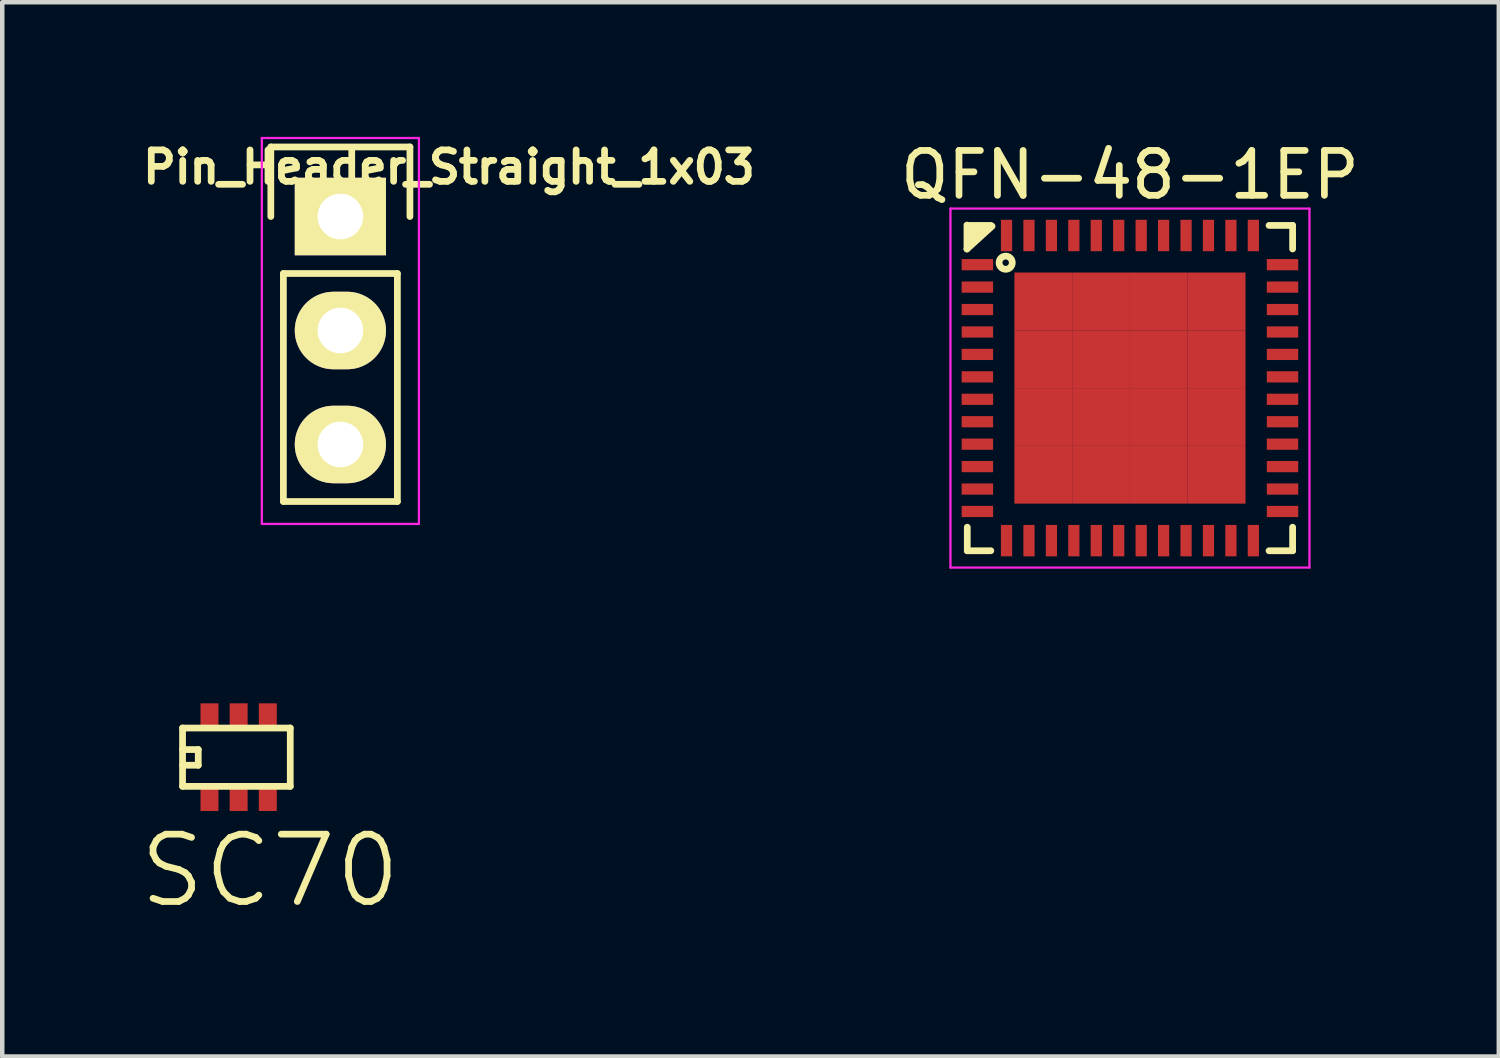
<source format=kicad_pcb>
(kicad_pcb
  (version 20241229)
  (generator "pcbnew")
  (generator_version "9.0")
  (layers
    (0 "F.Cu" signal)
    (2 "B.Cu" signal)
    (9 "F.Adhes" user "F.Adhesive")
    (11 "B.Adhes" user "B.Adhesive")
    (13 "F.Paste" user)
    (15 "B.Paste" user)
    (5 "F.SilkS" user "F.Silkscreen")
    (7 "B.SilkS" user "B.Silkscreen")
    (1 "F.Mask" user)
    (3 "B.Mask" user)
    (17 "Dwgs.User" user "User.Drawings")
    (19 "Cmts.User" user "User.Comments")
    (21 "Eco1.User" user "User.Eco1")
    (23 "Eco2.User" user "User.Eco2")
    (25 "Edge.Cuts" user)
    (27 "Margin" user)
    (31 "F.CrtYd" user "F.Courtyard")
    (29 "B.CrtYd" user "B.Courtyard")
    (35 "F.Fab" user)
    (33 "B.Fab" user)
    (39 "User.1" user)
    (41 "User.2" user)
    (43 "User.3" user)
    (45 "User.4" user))
  (footprint "Pin_Header_Straight_1x03"
    (layer "F.Cu")
    (at 4.535 1.775)
    (property "Reference" "Pin_Header_Straight_1x03" (at 2.42 -1.1 0) (layer "F.SilkS") (effects (font (size 0.7 0.7) (thickness 0.15))))
    (attr through_hole)
    (fp_line (start -1.55 -1.55) (end 1.55 -1.55) (stroke (width 0.15) (type solid)) (layer "F.SilkS"))
    (fp_line (start -1.55 0) (end -1.55 -1.55) (stroke (width 0.15) (type solid)) (layer "F.SilkS"))
    (fp_line (start -1.27 1.27) (end -1.27 6.35) (stroke (width 0.15) (type solid)) (layer "F.SilkS"))
    (fp_line (start -1.27 6.35) (end 1.27 6.35) (stroke (width 0.15) (type solid)) (layer "F.SilkS"))
    (fp_line (start 1.27 1.27) (end -1.27 1.27) (stroke (width 0.15) (type solid)) (layer "F.SilkS"))
    (fp_line (start 1.27 6.35) (end 1.27 1.27) (stroke (width 0.15) (type solid)) (layer "F.SilkS"))
    (fp_line (start 1.55 -1.55) (end 1.55 0) (stroke (width 0.15) (type solid)) (layer "F.SilkS"))
    (fp_line (start -1.75 -1.75) (end -1.75 6.85) (stroke (width 0.05) (type solid)) (layer "F.CrtYd"))
    (fp_line (start -1.75 -1.75) (end 1.75 -1.75) (stroke (width 0.05) (type solid)) (layer "F.CrtYd"))
    (fp_line (start -1.75 6.85) (end 1.75 6.85) (stroke (width 0.05) (type solid)) (layer "F.CrtYd"))
    (fp_line (start 1.75 -1.75) (end 1.75 6.85) (stroke (width 0.05) (type solid)) (layer "F.CrtYd"))
    (pad "1" thru_hole rect (at 0 0) (size 2.032 1.727) (drill 1.016) (layers "*.Cu" "*.Mask" "F.SilkS"))
    (pad "2" thru_hole oval (at 0 2.54) (size 2.032 1.727) (drill 1.016) (layers "*.Cu" "*.Mask" "F.SilkS"))
    (pad "3" thru_hole oval (at 0 5.08) (size 2.032 1.727) (drill 1.016) (layers "*.Cu" "*.Mask" "F.SilkS")))
  (footprint "SC70"
    (layer "F.Cu")
    (at 2.268 13.853)
    (property "Reference" "SC70" (at 0.7 2.5 0) (layer "F.SilkS") (effects (font (size 1.5 1.5) (thickness 0.15))))
    (attr through_hole)
    (fp_line (start -1.25 -0.68) (end 1.15 -0.68) (stroke (width 0.15) (type solid)) (layer "F.SilkS"))
    (fp_line (start -1.25 0.15) (end -0.9 0.15) (stroke (width 0.15) (type solid)) (layer "F.SilkS"))
    (fp_line (start -1.25 0.62) (end -1.25 -0.68) (stroke (width 0.15) (type solid)) (layer "F.SilkS"))
    (fp_line (start -0.9 -0.2) (end -1.25 -0.2) (stroke (width 0.15) (type solid)) (layer "F.SilkS"))
    (fp_line (start -0.9 0.15) (end -0.9 -0.2) (stroke (width 0.15) (type solid)) (layer "F.SilkS"))
    (fp_line (start 1.15 -0.68) (end 1.15 0.62) (stroke (width 0.15) (type solid)) (layer "F.SilkS"))
    (fp_line (start 1.15 0.62) (end -1.25 0.62) (stroke (width 0.15) (type solid)) (layer "F.SilkS"))
    (pad "1" smd rect (at -0.65 0.92) (size 0.4 0.5) (layers "F.Cu" "F.Mask" "F.Paste"))
    (pad "2" smd rect (at 0 0.92) (size 0.4 0.5) (layers "F.Cu" "F.Mask" "F.Paste"))
    (pad "3" smd rect (at 0.65 0.92) (size 0.4 0.5) (layers "F.Cu" "F.Mask" "F.Paste"))
    (pad "4" smd rect (at 0.65 -0.98) (size 0.4 0.5) (layers "F.Cu" "F.Mask" "F.Paste"))
    (pad "5" smd rect (at 0 -0.98) (size 0.4 0.5) (layers "F.Cu" "F.Mask" "F.Paste"))
    (pad "6" smd rect (at -0.65 -0.98) (size 0.4 0.5) (layers "F.Cu" "F.Mask" "F.Paste")))
  (footprint "QFN-48-1EP"
    (layer "F.Cu")
    (at 22.13 5.598)
    (property "Reference" "QFN-48-1EP" (at 0 -4.75 0) (layer "F.SilkS") (effects (font (size 1 1) (thickness 0.15))))
    (attr smd)
    (fp_line (start -3.632 -3.632) (end -3.632 -3.099) (stroke (width 0.15) (type solid)) (layer "F.SilkS"))
    (fp_line (start -3.625 -3.625) (end -3.1 -3.625) (stroke (width 0.15) (type solid)) (layer "F.SilkS"))
    (fp_line (start -3.625 3.625) (end -3.625 3.1) (stroke (width 0.15) (type solid)) (layer "F.SilkS"))
    (fp_line (start -3.625 3.625) (end -3.1 3.625) (stroke (width 0.15) (type solid)) (layer "F.SilkS"))
    (fp_line (start -3.404 -3.581) (end -3.556 -3.48) (stroke (width 0.15) (type solid)) (layer "F.SilkS"))
    (fp_line (start -3.251 -3.581) (end -3.556 -3.327) (stroke (width 0.15) (type solid)) (layer "F.SilkS"))
    (fp_line (start -3.073 -3.607) (end -3.632 -3.099) (stroke (width 0.15) (type solid)) (layer "F.SilkS"))
    (fp_line (start 3.625 -3.625) (end 3.1 -3.625) (stroke (width 0.15) (type solid)) (layer "F.SilkS"))
    (fp_line (start 3.625 -3.625) (end 3.625 -3.1) (stroke (width 0.15) (type solid)) (layer "F.SilkS"))
    (fp_line (start 3.625 3.625) (end 3.1 3.625) (stroke (width 0.15) (type solid)) (layer "F.SilkS"))
    (fp_line (start 3.625 3.625) (end 3.625 3.1) (stroke (width 0.15) (type solid)) (layer "F.SilkS"))
    (fp_circle (center -2.769 -2.794) (end -2.718 -2.743) (stroke (width 0.15) (type solid)) (fill no) (layer "F.SilkS"))
    (fp_line (start -4 -4) (end -4 4) (stroke (width 0.05) (type solid)) (layer "F.CrtYd"))
    (fp_line (start -4 -4) (end 4 -4) (stroke (width 0.05) (type solid)) (layer "F.CrtYd"))
    (fp_line (start -4 4) (end 4 4) (stroke (width 0.05) (type solid)) (layer "F.CrtYd"))
    (fp_line (start 4 -4) (end 4 4) (stroke (width 0.05) (type solid)) (layer "F.CrtYd"))
    (pad "1" smd rect (at -3.4 -2.75) (size 0.7 0.25) (layers "F.Cu" "F.Mask" "F.Paste"))
    (pad "2" smd rect (at -3.4 -2.25) (size 0.7 0.25) (layers "F.Cu" "F.Mask" "F.Paste"))
    (pad "3" smd rect (at -3.4 -1.75) (size 0.7 0.25) (layers "F.Cu" "F.Mask" "F.Paste"))
    (pad "4" smd rect (at -3.4 -1.25) (size 0.7 0.25) (layers "F.Cu" "F.Mask" "F.Paste"))
    (pad "5" smd rect (at -3.4 -0.75) (size 0.7 0.25) (layers "F.Cu" "F.Mask" "F.Paste"))
    (pad "6" smd rect (at -3.4 -0.25) (size 0.7 0.25) (layers "F.Cu" "F.Mask" "F.Paste"))
    (pad "7" smd rect (at -3.4 0.25) (size 0.7 0.25) (layers "F.Cu" "F.Mask" "F.Paste"))
    (pad "8" smd rect (at -3.4 0.75) (size 0.7 0.25) (layers "F.Cu" "F.Mask" "F.Paste"))
    (pad "9" smd rect (at -3.4 1.25) (size 0.7 0.25) (layers "F.Cu" "F.Mask" "F.Paste"))
    (pad "10" smd rect (at -3.4 1.75) (size 0.7 0.25) (layers "F.Cu" "F.Mask" "F.Paste"))
    (pad "11" smd rect (at -3.4 2.25) (size 0.7 0.25) (layers "F.Cu" "F.Mask" "F.Paste"))
    (pad "12" smd rect (at -3.4 2.75) (size 0.7 0.25) (layers "F.Cu" "F.Mask" "F.Paste"))
    (pad "13" smd rect (at -2.75 3.4 90) (size 0.7 0.25) (layers "F.Cu" "F.Mask" "F.Paste"))
    (pad "14" smd rect (at -2.25 3.4 90) (size 0.7 0.25) (layers "F.Cu" "F.Mask" "F.Paste"))
    (pad "15" smd rect (at -1.75 3.4 90) (size 0.7 0.25) (layers "F.Cu" "F.Mask" "F.Paste"))
    (pad "16" smd rect (at -1.25 3.4 90) (size 0.7 0.25) (layers "F.Cu" "F.Mask" "F.Paste"))
    (pad "17" smd rect (at -0.75 3.4 90) (size 0.7 0.25) (layers "F.Cu" "F.Mask" "F.Paste"))
    (pad "18" smd rect (at -0.25 3.4 90) (size 0.7 0.25) (layers "F.Cu" "F.Mask" "F.Paste"))
    (pad "19" smd rect (at 0.25 3.4 90) (size 0.7 0.25) (layers "F.Cu" "F.Mask" "F.Paste"))
    (pad "20" smd rect (at 0.75 3.4 90) (size 0.7 0.25) (layers "F.Cu" "F.Mask" "F.Paste"))
    (pad "21" smd rect (at 1.25 3.4 90) (size 0.7 0.25) (layers "F.Cu" "F.Mask" "F.Paste"))
    (pad "22" smd rect (at 1.75 3.4 90) (size 0.7 0.25) (layers "F.Cu" "F.Mask" "F.Paste"))
    (pad "23" smd rect (at 2.25 3.4 90) (size 0.7 0.25) (layers "F.Cu" "F.Mask" "F.Paste"))
    (pad "24" smd rect (at 2.75 3.4 90) (size 0.7 0.25) (layers "F.Cu" "F.Mask" "F.Paste"))
    (pad "25" smd rect (at 3.4 2.75) (size 0.7 0.25) (layers "F.Cu" "F.Mask" "F.Paste"))
    (pad "26" smd rect (at 3.4 2.25) (size 0.7 0.25) (layers "F.Cu" "F.Mask" "F.Paste"))
    (pad "27" smd rect (at 3.4 1.75) (size 0.7 0.25) (layers "F.Cu" "F.Mask" "F.Paste"))
    (pad "28" smd rect (at 3.4 1.25) (size 0.7 0.25) (layers "F.Cu" "F.Mask" "F.Paste"))
    (pad "29" smd rect (at 3.4 0.75) (size 0.7 0.25) (layers "F.Cu" "F.Mask" "F.Paste"))
    (pad "30" smd rect (at 3.4 0.25) (size 0.7 0.25) (layers "F.Cu" "F.Mask" "F.Paste"))
    (pad "31" smd rect (at 3.4 -0.25) (size 0.7 0.25) (layers "F.Cu" "F.Mask" "F.Paste"))
    (pad "32" smd rect (at 3.4 -0.75) (size 0.7 0.25) (layers "F.Cu" "F.Mask" "F.Paste"))
    (pad "33" smd rect (at 3.4 -1.25) (size 0.7 0.25) (layers "F.Cu" "F.Mask" "F.Paste"))
    (pad "34" smd rect (at 3.4 -1.75) (size 0.7 0.25) (layers "F.Cu" "F.Mask" "F.Paste"))
    (pad "35" smd rect (at 3.4 -2.25) (size 0.7 0.25) (layers "F.Cu" "F.Mask" "F.Paste"))
    (pad "36" smd rect (at 3.4 -2.75) (size 0.7 0.25) (layers "F.Cu" "F.Mask" "F.Paste"))
    (pad "37" smd rect (at 2.75 -3.4 90) (size 0.7 0.25) (layers "F.Cu" "F.Mask" "F.Paste"))
    (pad "38" smd rect (at 2.25 -3.4 90) (size 0.7 0.25) (layers "F.Cu" "F.Mask" "F.Paste"))
    (pad "39" smd rect (at 1.75 -3.4 90) (size 0.7 0.25) (layers "F.Cu" "F.Mask" "F.Paste"))
    (pad "40" smd rect (at 1.25 -3.4 90) (size 0.7 0.25) (layers "F.Cu" "F.Mask" "F.Paste"))
    (pad "41" smd rect (at 0.75 -3.4 90) (size 0.7 0.25) (layers "F.Cu" "F.Mask" "F.Paste"))
    (pad "42" smd rect (at 0.25 -3.4 90) (size 0.7 0.25) (layers "F.Cu" "F.Mask" "F.Paste"))
    (pad "43" smd rect (at -0.25 -3.4 90) (size 0.7 0.25) (layers "F.Cu" "F.Mask" "F.Paste"))
    (pad "44" smd rect (at -0.75 -3.4 90) (size 0.7 0.25) (layers "F.Cu" "F.Mask" "F.Paste"))
    (pad "45" smd rect (at -1.25 -3.4 90) (size 0.7 0.25) (layers "F.Cu" "F.Mask" "F.Paste"))
    (pad "46" smd rect (at -1.75 -3.4 90) (size 0.7 0.25) (layers "F.Cu" "F.Mask" "F.Paste"))
    (pad "47" smd rect (at -2.25 -3.4 90) (size 0.7 0.25) (layers "F.Cu" "F.Mask" "F.Paste"))
    (pad "48" smd rect (at -2.75 -3.4 90) (size 0.7 0.25) (layers "F.Cu" "F.Mask" "F.Paste"))
    (pad "49" smd rect (at -1.931 -1.931) (size 1.288 1.288) (layers "F.Cu" "F.Mask" "F.Paste"))
    (pad "49" smd rect (at -1.931 -0.644) (size 1.288 1.288) (layers "F.Cu" "F.Mask" "F.Paste"))
    (pad "49" smd rect (at -1.931 0.644) (size 1.288 1.288) (layers "F.Cu" "F.Mask" "F.Paste"))
    (pad "49" smd rect (at -1.931 1.931) (size 1.288 1.288) (layers "F.Cu" "F.Mask" "F.Paste"))
    (pad "49" smd rect (at -0.644 -1.931) (size 1.288 1.288) (layers "F.Cu" "F.Mask" "F.Paste"))
    (pad "49" smd rect (at -0.644 -0.644) (size 1.288 1.288) (layers "F.Cu" "F.Mask" "F.Paste"))
    (pad "49" smd rect (at -0.644 0.644) (size 1.288 1.288) (layers "F.Cu" "F.Mask" "F.Paste"))
    (pad "49" smd rect (at -0.644 1.931) (size 1.288 1.288) (layers "F.Cu" "F.Mask" "F.Paste"))
    (pad "49" smd rect (at 0.644 -1.931) (size 1.288 1.288) (layers "F.Cu" "F.Mask" "F.Paste"))
    (pad "49" smd rect (at 0.644 -0.644) (size 1.288 1.288) (layers "F.Cu" "F.Mask" "F.Paste"))
    (pad "49" smd rect (at 0.644 0.644) (size 1.288 1.288) (layers "F.Cu" "F.Mask" "F.Paste"))
    (pad "49" smd rect (at 0.644 1.931) (size 1.288 1.288) (layers "F.Cu" "F.Mask" "F.Paste"))
    (pad "49" smd rect (at 1.931 -1.931) (size 1.288 1.288) (layers "F.Cu" "F.Mask" "F.Paste"))
    (pad "49" smd rect (at 1.931 -0.644) (size 1.288 1.288) (layers "F.Cu" "F.Mask" "F.Paste"))
    (pad "49" smd rect (at 1.931 0.644) (size 1.288 1.288) (layers "F.Cu" "F.Mask" "F.Paste"))
    (pad "49" smd rect (at 1.931 1.931) (size 1.288 1.288) (layers "F.Cu" "F.Mask" "F.Paste")))
  (gr_rect
    (start -3 -3)
    (end 30.35 20.494)
    (stroke (width 0.1) (type default))
    (fill no)
    (layer "Edge.Cuts")))
</source>
